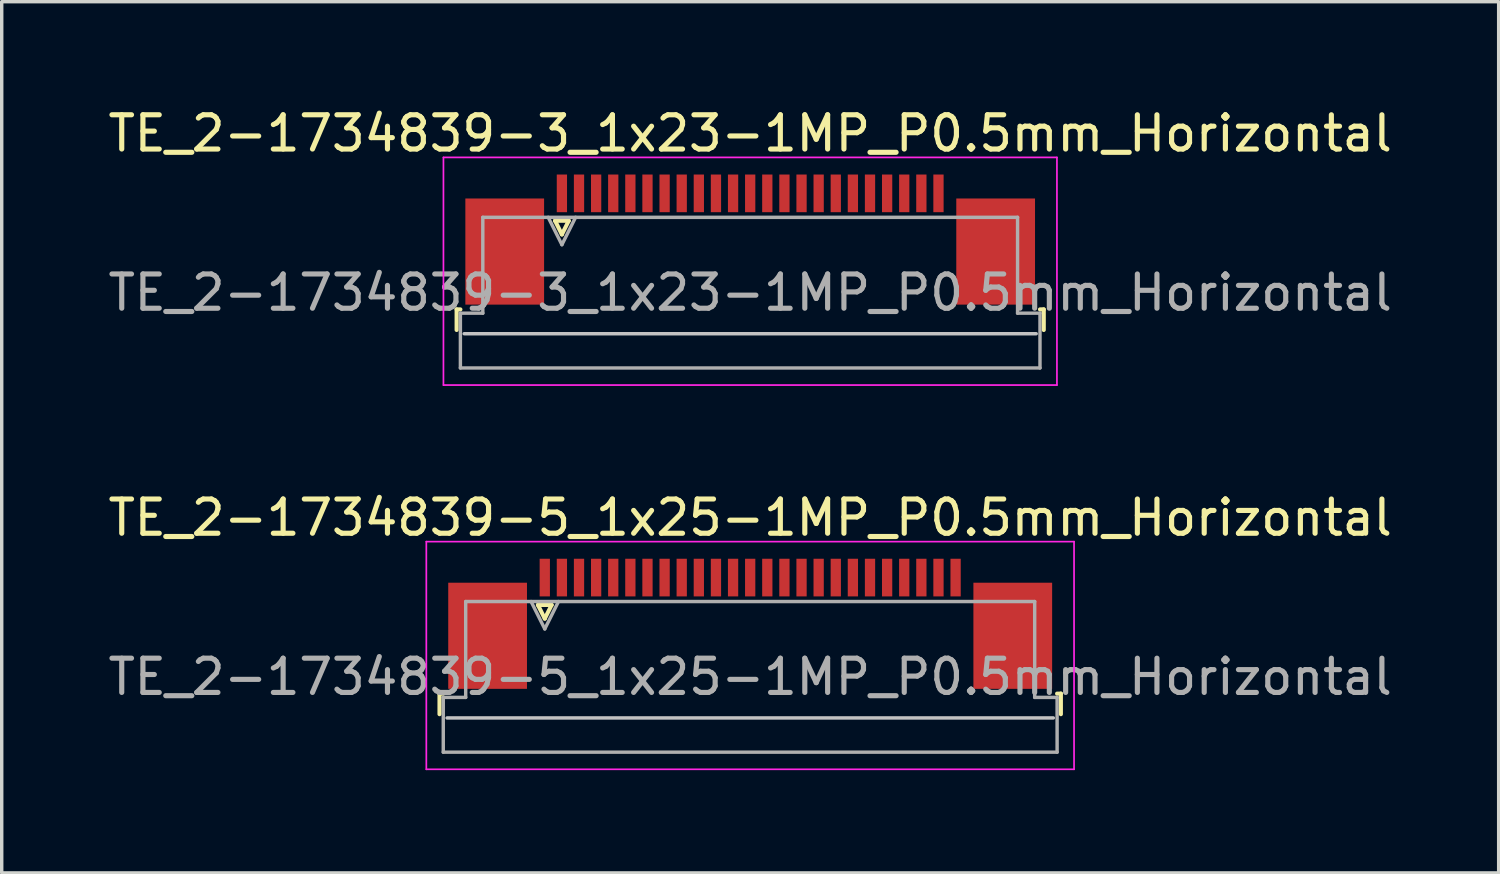
<source format=kicad_pcb>
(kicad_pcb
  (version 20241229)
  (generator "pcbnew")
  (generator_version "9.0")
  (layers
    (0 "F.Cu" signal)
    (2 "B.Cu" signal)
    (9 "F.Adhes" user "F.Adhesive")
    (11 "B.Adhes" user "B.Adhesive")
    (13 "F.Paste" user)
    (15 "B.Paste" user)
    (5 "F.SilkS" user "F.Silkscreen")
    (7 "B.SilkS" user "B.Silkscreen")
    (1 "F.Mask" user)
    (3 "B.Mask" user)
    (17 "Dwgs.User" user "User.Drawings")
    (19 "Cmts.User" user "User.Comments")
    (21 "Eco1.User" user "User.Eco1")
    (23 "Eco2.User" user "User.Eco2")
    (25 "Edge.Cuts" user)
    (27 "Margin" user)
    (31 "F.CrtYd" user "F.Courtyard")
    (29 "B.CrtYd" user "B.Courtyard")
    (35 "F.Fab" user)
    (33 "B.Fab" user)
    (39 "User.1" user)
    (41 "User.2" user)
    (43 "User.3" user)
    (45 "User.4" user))
  (footprint "TE_2-1734839-3_1x23-1MP_P0.5mm_Horizontal"
    (layer "F.Cu")
    (at 18.863 3.948)
    (property "Reference" "TE_2-1734839-3_1x23-1MP_P0.5mm_Horizontal" (at 0 -3.1 0) (layer "F.SilkS") (effects (font (size 1 1) (thickness 0.15))))
    (attr smd)
    (fp_line (start -8.575 2.04) (end -8.575 2.64) (stroke (width 0.12) (type solid)) (layer "F.SilkS"))
    (fp_line (start -8.465 2.04) (end -8.575 2.04) (stroke (width 0.12) (type solid)) (layer "F.SilkS"))
    (fp_line (start -5.7 -0.55) (end -5.5 -0.15) (stroke (width 0.12) (type solid)) (layer "F.SilkS"))
    (fp_line (start -5.5 -0.15) (end -5.3 -0.55) (stroke (width 0.12) (type solid)) (layer "F.SilkS"))
    (fp_line (start -5.3 -0.55) (end -5.7 -0.55) (stroke (width 0.12) (type solid)) (layer "F.SilkS"))
    (fp_line (start 8.465 2.04) (end 8.575 2.04) (stroke (width 0.12) (type solid)) (layer "F.SilkS"))
    (fp_line (start 8.575 2.04) (end 8.575 2.64) (stroke (width 0.12) (type solid)) (layer "F.SilkS"))
    (fp_line (start 8.355 2.75) (end -8.355 2.75) (stroke (width 0.1) (type solid)) (layer "Dwgs.User"))
    (fp_line (start -8.96 -2.4) (end -8.96 4.25) (stroke (width 0.05) (type solid)) (layer "F.CrtYd"))
    (fp_line (start -8.96 4.25) (end 8.96 4.25) (stroke (width 0.05) (type solid)) (layer "F.CrtYd"))
    (fp_line (start 8.96 -2.4) (end -8.96 -2.4) (stroke (width 0.05) (type solid)) (layer "F.CrtYd"))
    (fp_line (start 8.96 4.25) (end 8.96 -2.4) (stroke (width 0.05) (type solid)) (layer "F.CrtYd"))
    (fp_line (start -8.465 2.15) (end -7.81 2.15) (stroke (width 0.1) (type solid)) (layer "F.Fab"))
    (fp_line (start -8.465 3.75) (end -8.465 2.15) (stroke (width 0.1) (type solid)) (layer "F.Fab"))
    (fp_line (start -7.81 -0.65) (end 7.81 -0.65) (stroke (width 0.1) (type solid)) (layer "F.Fab"))
    (fp_line (start -7.81 2.15) (end -7.81 -0.65) (stroke (width 0.1) (type solid)) (layer "F.Fab"))
    (fp_line (start -5.9 -0.65) (end -5.5 0.15) (stroke (width 0.1) (type solid)) (layer "F.Fab"))
    (fp_line (start -5.5 0.15) (end -5.1 -0.65) (stroke (width 0.1) (type solid)) (layer "F.Fab"))
    (fp_line (start 7.81 -0.65) (end 7.81 2.15) (stroke (width 0.1) (type solid)) (layer "F.Fab"))
    (fp_line (start 7.81 2.15) (end 8.465 2.15) (stroke (width 0.1) (type solid)) (layer "F.Fab"))
    (fp_line (start 8.465 2.15) (end 8.465 3.75) (stroke (width 0.1) (type solid)) (layer "F.Fab"))
    (fp_line (start 8.465 3.75) (end -8.465 3.75) (stroke (width 0.1) (type solid)) (layer "F.Fab"))
    (fp_text user "${REFERENCE}" (at 0 1.55 0) (layer "F.Fab") (effects (font (size 1 1) (thickness 0.15))))
    (pad "1" smd rect (at -5.5 -1.35) (size 0.3 1.1) (layers "F.Cu" "F.Mask" "F.Paste"))
    (pad "2" smd rect (at -5 -1.35) (size 0.3 1.1) (layers "F.Cu" "F.Mask" "F.Paste"))
    (pad "3" smd rect (at -4.5 -1.35) (size 0.3 1.1) (layers "F.Cu" "F.Mask" "F.Paste"))
    (pad "4" smd rect (at -4 -1.35) (size 0.3 1.1) (layers "F.Cu" "F.Mask" "F.Paste"))
    (pad "5" smd rect (at -3.5 -1.35) (size 0.3 1.1) (layers "F.Cu" "F.Mask" "F.Paste"))
    (pad "6" smd rect (at -3 -1.35) (size 0.3 1.1) (layers "F.Cu" "F.Mask" "F.Paste"))
    (pad "7" smd rect (at -2.5 -1.35) (size 0.3 1.1) (layers "F.Cu" "F.Mask" "F.Paste"))
    (pad "8" smd rect (at -2 -1.35) (size 0.3 1.1) (layers "F.Cu" "F.Mask" "F.Paste"))
    (pad "9" smd rect (at -1.5 -1.35) (size 0.3 1.1) (layers "F.Cu" "F.Mask" "F.Paste"))
    (pad "10" smd rect (at -1 -1.35) (size 0.3 1.1) (layers "F.Cu" "F.Mask" "F.Paste"))
    (pad "11" smd rect (at -0.5 -1.35) (size 0.3 1.1) (layers "F.Cu" "F.Mask" "F.Paste"))
    (pad "12" smd rect (at 0 -1.35) (size 0.3 1.1) (layers "F.Cu" "F.Mask" "F.Paste"))
    (pad "13" smd rect (at 0.5 -1.35) (size 0.3 1.1) (layers "F.Cu" "F.Mask" "F.Paste"))
    (pad "14" smd rect (at 1 -1.35) (size 0.3 1.1) (layers "F.Cu" "F.Mask" "F.Paste"))
    (pad "15" smd rect (at 1.5 -1.35) (size 0.3 1.1) (layers "F.Cu" "F.Mask" "F.Paste"))
    (pad "16" smd rect (at 2 -1.35) (size 0.3 1.1) (layers "F.Cu" "F.Mask" "F.Paste"))
    (pad "17" smd rect (at 2.5 -1.35) (size 0.3 1.1) (layers "F.Cu" "F.Mask" "F.Paste"))
    (pad "18" smd rect (at 3 -1.35) (size 0.3 1.1) (layers "F.Cu" "F.Mask" "F.Paste"))
    (pad "19" smd rect (at 3.5 -1.35) (size 0.3 1.1) (layers "F.Cu" "F.Mask" "F.Paste"))
    (pad "20" smd rect (at 4 -1.35) (size 0.3 1.1) (layers "F.Cu" "F.Mask" "F.Paste"))
    (pad "21" smd rect (at 4.5 -1.35) (size 0.3 1.1) (layers "F.Cu" "F.Mask" "F.Paste"))
    (pad "22" smd rect (at 5 -1.35) (size 0.3 1.1) (layers "F.Cu" "F.Mask" "F.Paste"))
    (pad "23" smd rect (at 5.5 -1.35) (size 0.3 1.1) (layers "F.Cu" "F.Mask" "F.Paste"))
    (pad "MP" smd rect (at -7.17 0.35) (size 2.3 3.1) (layers "F.Cu" "F.Mask" "F.Paste"))
    (pad "MP" smd rect (at 7.17 0.35) (size 2.3 3.1) (layers "F.Cu" "F.Mask" "F.Paste")))
  (footprint "TE_2-1734839-5_1x25-1MP_P0.5mm_Horizontal"
    (layer "F.Cu")
    (at 18.863 15.171)
    (property "Reference" "TE_2-1734839-5_1x25-1MP_P0.5mm_Horizontal" (at 0 -3.1 0) (layer "F.SilkS") (effects (font (size 1 1) (thickness 0.15))))
    (attr smd)
    (fp_line (start -9.075 2.04) (end -9.075 2.64) (stroke (width 0.12) (type solid)) (layer "F.SilkS"))
    (fp_line (start -8.965 2.04) (end -9.075 2.04) (stroke (width 0.12) (type solid)) (layer "F.SilkS"))
    (fp_line (start -6.2 -0.55) (end -6 -0.15) (stroke (width 0.12) (type solid)) (layer "F.SilkS"))
    (fp_line (start -6 -0.15) (end -5.8 -0.55) (stroke (width 0.12) (type solid)) (layer "F.SilkS"))
    (fp_line (start -5.8 -0.55) (end -6.2 -0.55) (stroke (width 0.12) (type solid)) (layer "F.SilkS"))
    (fp_line (start 8.965 2.04) (end 9.075 2.04) (stroke (width 0.12) (type solid)) (layer "F.SilkS"))
    (fp_line (start 9.075 2.04) (end 9.075 2.64) (stroke (width 0.12) (type solid)) (layer "F.SilkS"))
    (fp_line (start 8.855 2.75) (end -8.855 2.75) (stroke (width 0.1) (type solid)) (layer "Dwgs.User"))
    (fp_line (start -9.46 -2.4) (end -9.46 4.25) (stroke (width 0.05) (type solid)) (layer "F.CrtYd"))
    (fp_line (start -9.46 4.25) (end 9.46 4.25) (stroke (width 0.05) (type solid)) (layer "F.CrtYd"))
    (fp_line (start 9.46 -2.4) (end -9.46 -2.4) (stroke (width 0.05) (type solid)) (layer "F.CrtYd"))
    (fp_line (start 9.46 4.25) (end 9.46 -2.4) (stroke (width 0.05) (type solid)) (layer "F.CrtYd"))
    (fp_line (start -8.965 2.15) (end -8.31 2.15) (stroke (width 0.1) (type solid)) (layer "F.Fab"))
    (fp_line (start -8.965 3.75) (end -8.965 2.15) (stroke (width 0.1) (type solid)) (layer "F.Fab"))
    (fp_line (start -8.31 -0.65) (end 8.31 -0.65) (stroke (width 0.1) (type solid)) (layer "F.Fab"))
    (fp_line (start -8.31 2.15) (end -8.31 -0.65) (stroke (width 0.1) (type solid)) (layer "F.Fab"))
    (fp_line (start -6.4 -0.65) (end -6 0.15) (stroke (width 0.1) (type solid)) (layer "F.Fab"))
    (fp_line (start -6 0.15) (end -5.6 -0.65) (stroke (width 0.1) (type solid)) (layer "F.Fab"))
    (fp_line (start 8.31 -0.65) (end 8.31 2.15) (stroke (width 0.1) (type solid)) (layer "F.Fab"))
    (fp_line (start 8.31 2.15) (end 8.965 2.15) (stroke (width 0.1) (type solid)) (layer "F.Fab"))
    (fp_line (start 8.965 2.15) (end 8.965 3.75) (stroke (width 0.1) (type solid)) (layer "F.Fab"))
    (fp_line (start 8.965 3.75) (end -8.965 3.75) (stroke (width 0.1) (type solid)) (layer "F.Fab"))
    (fp_text user "${REFERENCE}" (at 0 1.55 0) (layer "F.Fab") (effects (font (size 1 1) (thickness 0.15))))
    (pad "1" smd rect (at -6 -1.35) (size 0.3 1.1) (layers "F.Cu" "F.Mask" "F.Paste"))
    (pad "2" smd rect (at -5.5 -1.35) (size 0.3 1.1) (layers "F.Cu" "F.Mask" "F.Paste"))
    (pad "3" smd rect (at -5 -1.35) (size 0.3 1.1) (layers "F.Cu" "F.Mask" "F.Paste"))
    (pad "4" smd rect (at -4.5 -1.35) (size 0.3 1.1) (layers "F.Cu" "F.Mask" "F.Paste"))
    (pad "5" smd rect (at -4 -1.35) (size 0.3 1.1) (layers "F.Cu" "F.Mask" "F.Paste"))
    (pad "6" smd rect (at -3.5 -1.35) (size 0.3 1.1) (layers "F.Cu" "F.Mask" "F.Paste"))
    (pad "7" smd rect (at -3 -1.35) (size 0.3 1.1) (layers "F.Cu" "F.Mask" "F.Paste"))
    (pad "8" smd rect (at -2.5 -1.35) (size 0.3 1.1) (layers "F.Cu" "F.Mask" "F.Paste"))
    (pad "9" smd rect (at -2 -1.35) (size 0.3 1.1) (layers "F.Cu" "F.Mask" "F.Paste"))
    (pad "10" smd rect (at -1.5 -1.35) (size 0.3 1.1) (layers "F.Cu" "F.Mask" "F.Paste"))
    (pad "11" smd rect (at -1 -1.35) (size 0.3 1.1) (layers "F.Cu" "F.Mask" "F.Paste"))
    (pad "12" smd rect (at -0.5 -1.35) (size 0.3 1.1) (layers "F.Cu" "F.Mask" "F.Paste"))
    (pad "13" smd rect (at 0 -1.35) (size 0.3 1.1) (layers "F.Cu" "F.Mask" "F.Paste"))
    (pad "14" smd rect (at 0.5 -1.35) (size 0.3 1.1) (layers "F.Cu" "F.Mask" "F.Paste"))
    (pad "15" smd rect (at 1 -1.35) (size 0.3 1.1) (layers "F.Cu" "F.Mask" "F.Paste"))
    (pad "16" smd rect (at 1.5 -1.35) (size 0.3 1.1) (layers "F.Cu" "F.Mask" "F.Paste"))
    (pad "17" smd rect (at 2 -1.35) (size 0.3 1.1) (layers "F.Cu" "F.Mask" "F.Paste"))
    (pad "18" smd rect (at 2.5 -1.35) (size 0.3 1.1) (layers "F.Cu" "F.Mask" "F.Paste"))
    (pad "19" smd rect (at 3 -1.35) (size 0.3 1.1) (layers "F.Cu" "F.Mask" "F.Paste"))
    (pad "20" smd rect (at 3.5 -1.35) (size 0.3 1.1) (layers "F.Cu" "F.Mask" "F.Paste"))
    (pad "21" smd rect (at 4 -1.35) (size 0.3 1.1) (layers "F.Cu" "F.Mask" "F.Paste"))
    (pad "22" smd rect (at 4.5 -1.35) (size 0.3 1.1) (layers "F.Cu" "F.Mask" "F.Paste"))
    (pad "23" smd rect (at 5 -1.35) (size 0.3 1.1) (layers "F.Cu" "F.Mask" "F.Paste"))
    (pad "24" smd rect (at 5.5 -1.35) (size 0.3 1.1) (layers "F.Cu" "F.Mask" "F.Paste"))
    (pad "25" smd rect (at 6 -1.35) (size 0.3 1.1) (layers "F.Cu" "F.Mask" "F.Paste"))
    (pad "MP" smd rect (at -7.67 0.35) (size 2.3 3.1) (layers "F.Cu" "F.Mask" "F.Paste"))
    (pad "MP" smd rect (at 7.67 0.35) (size 2.3 3.1) (layers "F.Cu" "F.Mask" "F.Paste")))
  (gr_rect
    (start -3 -3)
    (end 40.726 22.447)
    (stroke (width 0.1) (type default))
    (fill no)
    (layer "Edge.Cuts")))
</source>
